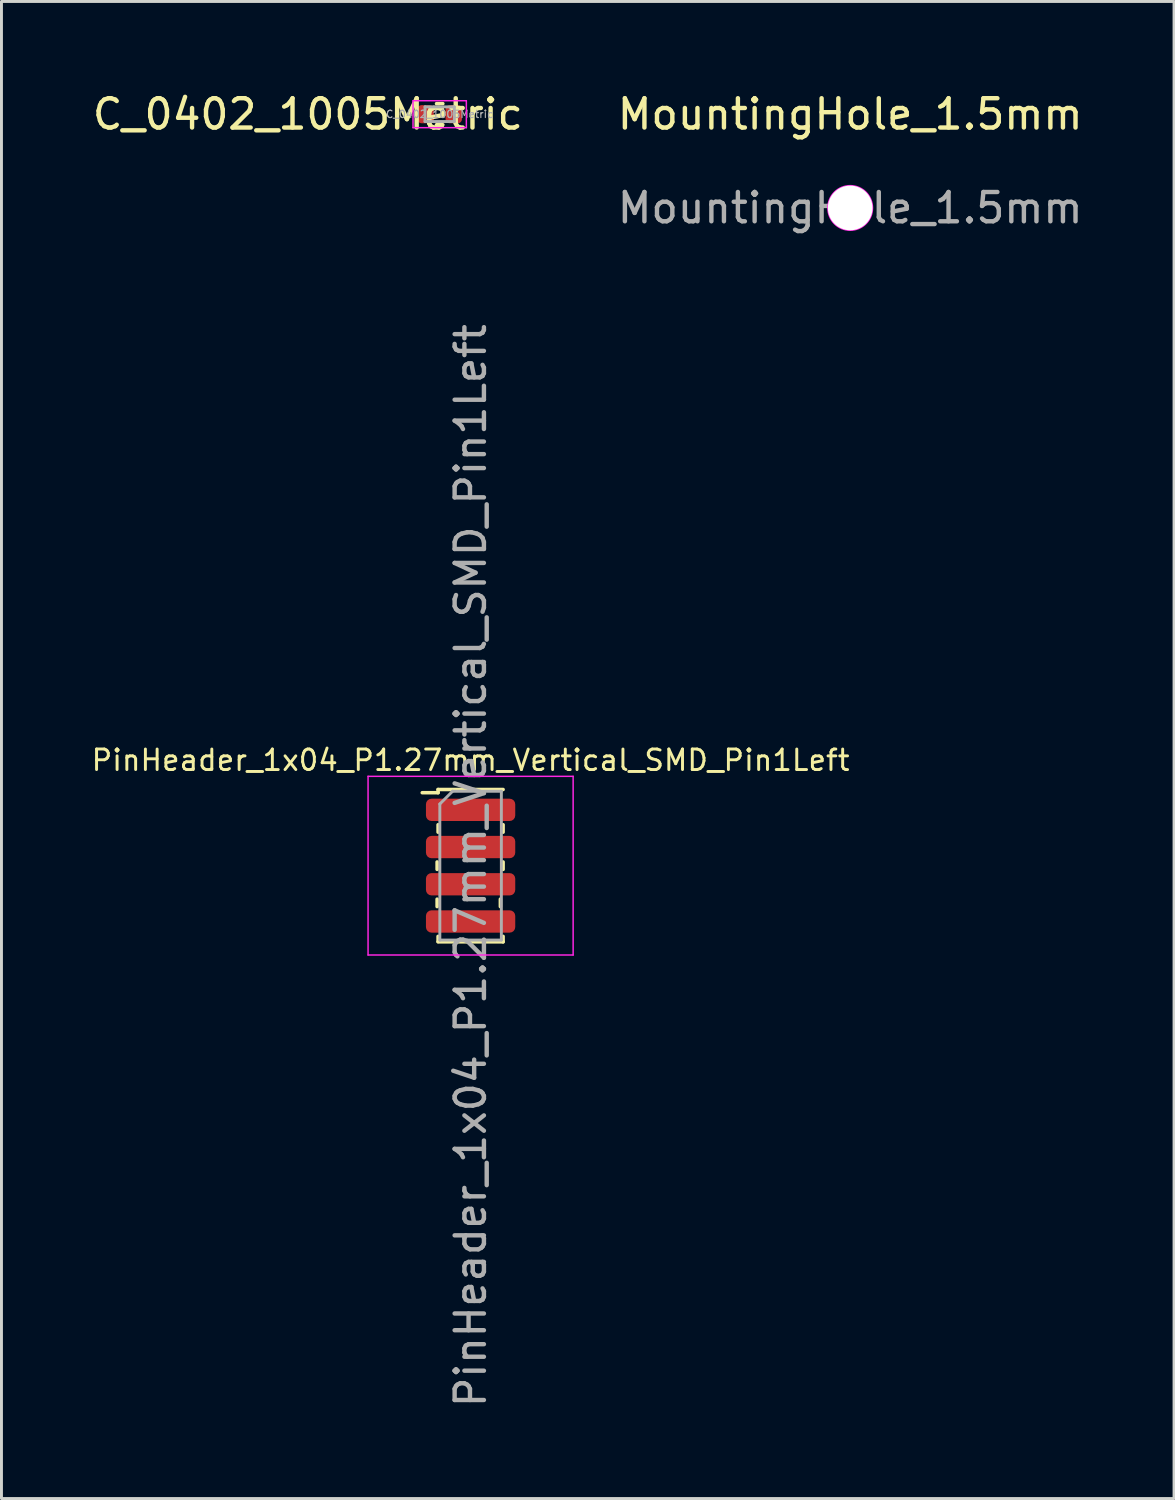
<source format=kicad_pcb>
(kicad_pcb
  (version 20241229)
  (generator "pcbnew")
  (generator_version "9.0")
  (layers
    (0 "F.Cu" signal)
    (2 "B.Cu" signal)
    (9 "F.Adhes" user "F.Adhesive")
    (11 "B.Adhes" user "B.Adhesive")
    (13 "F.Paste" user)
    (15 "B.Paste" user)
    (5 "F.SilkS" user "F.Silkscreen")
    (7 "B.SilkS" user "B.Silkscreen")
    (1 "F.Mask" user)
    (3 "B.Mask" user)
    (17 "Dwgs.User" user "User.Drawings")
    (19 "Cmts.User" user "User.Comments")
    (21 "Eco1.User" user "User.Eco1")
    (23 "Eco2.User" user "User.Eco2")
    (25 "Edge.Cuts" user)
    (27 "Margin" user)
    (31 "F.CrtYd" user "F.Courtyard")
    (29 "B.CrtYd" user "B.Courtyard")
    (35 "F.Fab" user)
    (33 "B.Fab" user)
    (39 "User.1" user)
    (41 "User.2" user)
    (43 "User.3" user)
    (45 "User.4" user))
  (footprint "C_0402_1005Metric"
    (layer "F.Cu")
    (at 11.958 0.848)
    (property "Reference" "C_0402_1005Metric" (at -4.5 -0.000001 0) (layer "F.SilkS") (effects (font (size 1 1) (thickness 0.15))))
    (attr smd)
    (fp_line (start -0.108 -0.36) (end 0.108 -0.36) (stroke (width 0.12) (type solid)) (layer "F.SilkS"))
    (fp_line (start -0.108 0.36) (end 0.108 0.36) (stroke (width 0.12) (type solid)) (layer "F.SilkS"))
    (fp_line (start -0.91 -0.46) (end 0.91 -0.46) (stroke (width 0.05) (type solid)) (layer "F.CrtYd"))
    (fp_line (start -0.91 0.46) (end -0.91 -0.46) (stroke (width 0.05) (type solid)) (layer "F.CrtYd"))
    (fp_line (start 0.91 -0.46) (end 0.91 0.46) (stroke (width 0.05) (type solid)) (layer "F.CrtYd"))
    (fp_line (start 0.91 0.46) (end -0.91 0.46) (stroke (width 0.05) (type solid)) (layer "F.CrtYd"))
    (fp_line (start -0.5 -0.25) (end 0.5 -0.25) (stroke (width 0.1) (type solid)) (layer "F.Fab"))
    (fp_line (start -0.5 0.25) (end -0.5 -0.25) (stroke (width 0.1) (type solid)) (layer "F.Fab"))
    (fp_line (start 0.5 -0.25) (end 0.5 0.25) (stroke (width 0.1) (type solid)) (layer "F.Fab"))
    (fp_line (start 0.5 0.25) (end -0.5 0.25) (stroke (width 0.1) (type solid)) (layer "F.Fab"))
    (fp_text user "${REFERENCE}" (at 0 0 0) (layer "F.Fab") (effects (font (size 0.25 0.25) (thickness 0.04))))
    (pad "1" smd roundrect (at -0.48 0) (size 0.56 0.62) (layers "F.Cu" "F.Mask" "F.Paste") (roundrect_rratio 0.25))
    (pad "2" smd roundrect (at 0.48 0) (size 0.56 0.62) (layers "F.Cu" "F.Mask" "F.Paste") (roundrect_rratio 0.25)))
  (footprint "MountingHole_1.5mm"
    (layer "F.Cu")
    (at 25.97 4.048)
    (property "Reference" "MountingHole_1.5mm" (at 0 -3.2 0) (layer "F.SilkS") (effects (font (size 1 1) (thickness 0.15))))
    (attr exclude_from_pos_files)
    (fp_circle (center 0 0) (end 0.762 0) (stroke (width 0.05) (type solid)) (fill no) (layer "F.CrtYd"))
    (fp_text user "${REFERENCE}" (at 0 0 0) (layer "F.Fab") (effects (font (size 1 1) (thickness 0.15))))
    (pad "" np_thru_hole circle (at 0 0) (size 1.524 1.524) (drill 1.524) (layers "*.Cu" "*.Mask")))
  (footprint "PinHeader_1x04_P1.27mm_Vertical_SMD_Pin1Left"
    (layer "F.Cu")
    (at 13.013 26.498)
    (property "Reference" "PinHeader_1x04_P1.27mm_Vertical_SMD_Pin1Left" (at 0 -3.6 0) (layer "F.SilkS") (effects (font (size 0.7 0.7) (thickness 0.1))))
    (attr smd)
    (fp_line (start -1.143 -0.127) (end -1.143 0.127) (stroke (width 0.12) (type solid)) (layer "F.SilkS"))
    (fp_line (start -1.143 1.143) (end -1.143 1.397) (stroke (width 0.12) (type solid)) (layer "F.SilkS"))
    (fp_line (start -1.11 -2.6) (end -1.11 -2.49) (stroke (width 0.12) (type solid)) (layer "F.SilkS"))
    (fp_line (start -1.11 -2.6) (end 1.11 -2.6) (stroke (width 0.12) (type solid)) (layer "F.SilkS"))
    (fp_line (start -1.11 -2.49) (end -1.651 -2.49) (stroke (width 0.12) (type solid)) (layer "F.SilkS"))
    (fp_line (start -1.11 -1.397) (end -1.11 -1.143) (stroke (width 0.12) (type solid)) (layer "F.SilkS"))
    (fp_line (start -1.11 2.413) (end -1.11 2.59) (stroke (width 0.12) (type solid)) (layer "F.SilkS"))
    (fp_line (start -1.11 2.6) (end 1.11 2.6) (stroke (width 0.12) (type solid)) (layer "F.SilkS"))
    (fp_line (start 1.016 1.143) (end 1.016 1.397) (stroke (width 0.12) (type solid)) (layer "F.SilkS"))
    (fp_line (start 1.11 -1.397) (end 1.11 -1.143) (stroke (width 0.12) (type solid)) (layer "F.SilkS"))
    (fp_line (start 1.11 -0.127) (end 1.11 0.127) (stroke (width 0.12) (type solid)) (layer "F.SilkS"))
    (fp_line (start 1.11 2.413) (end 1.11 2.6) (stroke (width 0.12) (type solid)) (layer "F.SilkS"))
    (fp_line (start -3.5 -3.05) (end -3.5 3.05) (stroke (width 0.05) (type solid)) (layer "F.CrtYd"))
    (fp_line (start -3.5 3.05) (end 3.5 3.05) (stroke (width 0.05) (type solid)) (layer "F.CrtYd"))
    (fp_line (start 3.5 -3.05) (end -3.5 -3.05) (stroke (width 0.05) (type solid)) (layer "F.CrtYd"))
    (fp_line (start 3.5 3.05) (end 3.5 -3.05) (stroke (width 0.05) (type solid)) (layer "F.CrtYd"))
    (fp_line (start -1.05 -2.105) (end -0.615 -2.54) (stroke (width 0.1) (type solid)) (layer "F.Fab"))
    (fp_line (start -1.05 2.54) (end -1.05 -2.105) (stroke (width 0.1) (type solid)) (layer "F.Fab"))
    (fp_line (start -0.615 -2.54) (end 1.05 -2.54) (stroke (width 0.1) (type solid)) (layer "F.Fab"))
    (fp_line (start 1.05 -2.54) (end 1.05 2.54) (stroke (width 0.1) (type solid)) (layer "F.Fab"))
    (fp_line (start 1.05 2.54) (end -1.05 2.54) (stroke (width 0.1) (type solid)) (layer "F.Fab"))
    (fp_text user "${REFERENCE}" (at 0 0 270) (layer "F.Fab") (effects (font (size 1 1) (thickness 0.15))))
    (pad "1" smd roundrect (at 0 -1.905 180) (size 3.048 0.762) (layers "F.Cu" "F.Mask" "F.Paste") (roundrect_rratio 0.25))
    (pad "2" smd roundrect (at 0 -0.635 180) (size 3.048 0.762) (layers "F.Cu" "F.Mask" "F.Paste") (roundrect_rratio 0.25))
    (pad "3" smd roundrect (at 0 0.635 180) (size 3.048 0.762) (layers "F.Cu" "F.Mask" "F.Paste") (roundrect_rratio 0.25))
    (pad "4" smd roundrect (at 0 1.905 180) (size 3.048 0.762) (layers "F.Cu" "F.Mask" "F.Paste") (roundrect_rratio 0.25)))
  (gr_rect
    (start -3 -3)
    (end 37.024 48.099)
    (stroke (width 0.1) (type default))
    (fill no)
    (layer "Edge.Cuts")))
</source>
